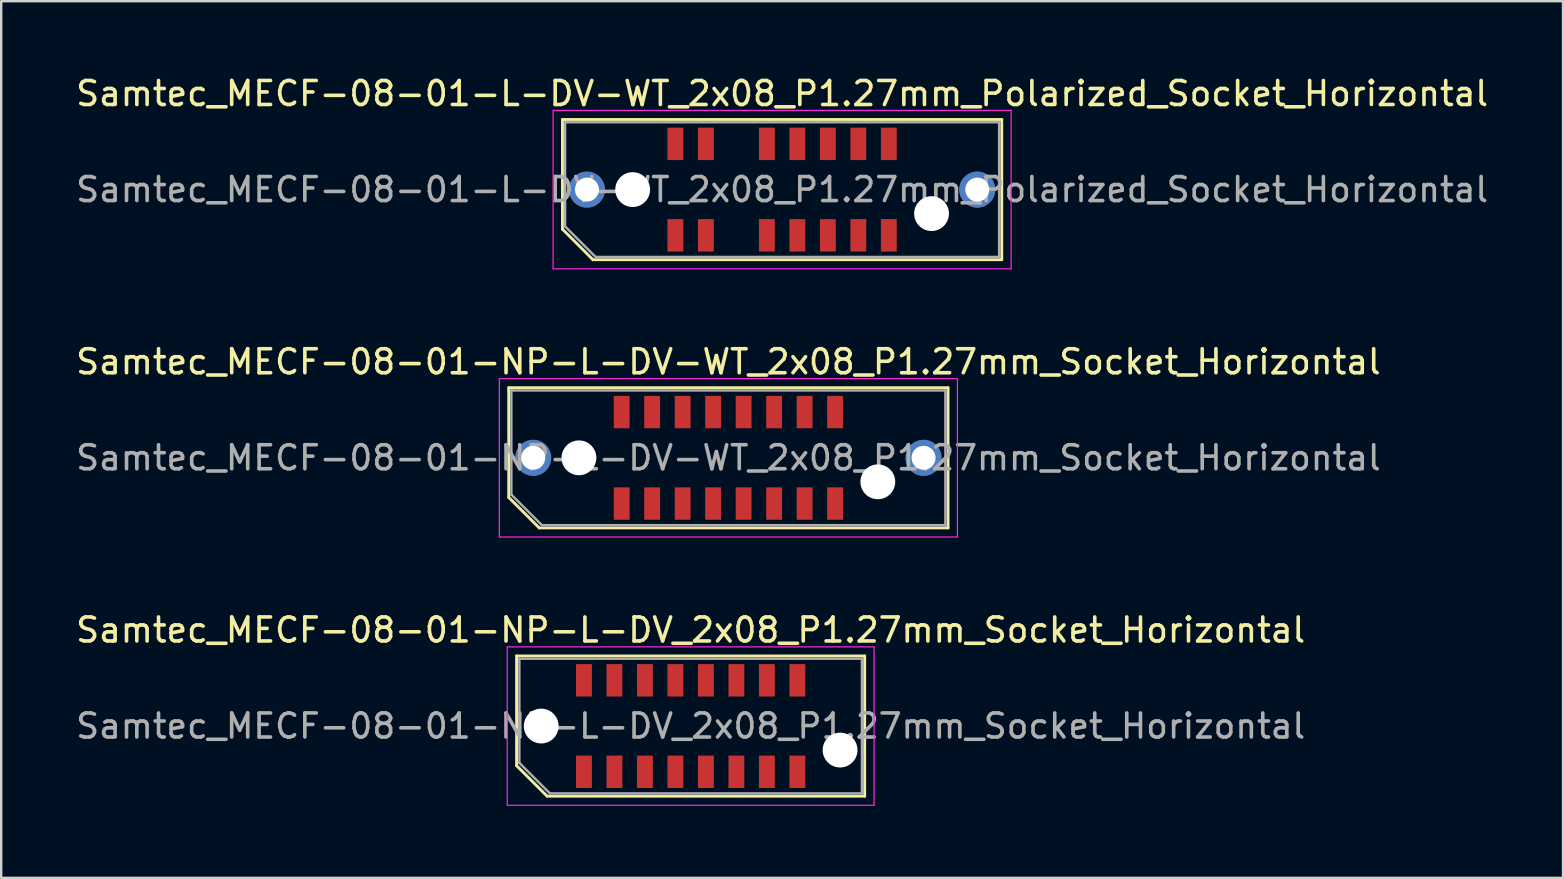
<source format=kicad_pcb>
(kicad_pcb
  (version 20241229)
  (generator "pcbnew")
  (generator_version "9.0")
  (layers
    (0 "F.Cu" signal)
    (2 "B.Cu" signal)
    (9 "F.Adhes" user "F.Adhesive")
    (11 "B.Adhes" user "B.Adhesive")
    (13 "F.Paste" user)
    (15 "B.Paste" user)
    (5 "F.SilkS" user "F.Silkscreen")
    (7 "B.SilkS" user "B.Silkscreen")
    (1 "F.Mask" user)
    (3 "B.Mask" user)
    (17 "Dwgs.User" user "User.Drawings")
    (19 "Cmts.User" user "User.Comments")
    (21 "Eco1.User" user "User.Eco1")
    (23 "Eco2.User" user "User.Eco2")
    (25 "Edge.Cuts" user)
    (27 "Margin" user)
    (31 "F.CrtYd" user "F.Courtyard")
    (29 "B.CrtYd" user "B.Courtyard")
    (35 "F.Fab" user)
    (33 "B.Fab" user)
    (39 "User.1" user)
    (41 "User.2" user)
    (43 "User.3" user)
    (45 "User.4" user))
  (footprint "Samtec_MECF-08-01-NP-L-DV_2x08_P1.27mm_Socket_Horizontal"
    (layer "F.Cu")
    (at 25.72 27.195)
    (property "Reference" "Samtec_MECF-08-01-NP-L-DV_2x08_P1.27mm_Socket_Horizontal" (at 0 -4 0) (layer "F.SilkS") (effects (font (size 1 1) (thickness 0.15))))
    (attr smd)
    (fp_line (start -7.25 -2.92) (end 7.25 -2.92) (stroke (width 0.12) (type solid)) (layer "F.SilkS"))
    (fp_line (start -7.25 1.65) (end -7.25 -2.92) (stroke (width 0.12) (type solid)) (layer "F.SilkS"))
    (fp_line (start -5.98 2.92) (end -7.25 1.65) (stroke (width 0.12) (type solid)) (layer "F.SilkS"))
    (fp_line (start -5.98 2.92) (end 7.25 2.92) (stroke (width 0.12) (type solid)) (layer "F.SilkS"))
    (fp_line (start 7.25 2.92) (end 7.25 -2.92) (stroke (width 0.12) (type solid)) (layer "F.SilkS"))
    (fp_line (start -7.64 -3.3) (end -7.64 3.3) (stroke (width 0.05) (type solid)) (layer "F.CrtYd"))
    (fp_line (start -7.64 3.3) (end 7.64 3.3) (stroke (width 0.05) (type solid)) (layer "F.CrtYd"))
    (fp_line (start 7.64 -3.3) (end -7.64 -3.3) (stroke (width 0.05) (type solid)) (layer "F.CrtYd"))
    (fp_line (start 7.64 3.3) (end 7.64 -3.3) (stroke (width 0.05) (type solid)) (layer "F.CrtYd"))
    (fp_line (start -7.135 -2.805) (end 7.135 -2.805) (stroke (width 0.1) (type solid)) (layer "F.Fab"))
    (fp_line (start -7.135 1.535) (end -7.135 -2.805) (stroke (width 0.1) (type solid)) (layer "F.Fab"))
    (fp_line (start -7.135 1.535) (end -5.865 2.805) (stroke (width 0.1) (type solid)) (layer "F.Fab"))
    (fp_line (start -5.865 2.805) (end 7.135 2.805) (stroke (width 0.1) (type solid)) (layer "F.Fab"))
    (fp_line (start 7.135 2.805) (end 7.135 -2.805) (stroke (width 0.1) (type solid)) (layer "F.Fab"))
    (fp_text user "${REFERENCE}" (at 0 0 0) (layer "F.Fab") (effects (font (size 1 1) (thickness 0.15))))
    (pad "" np_thru_hole circle (at -6.225 0) (size 1.45 1.45) (drill 1.45) (layers "*.Cu" "*.Mask"))
    (pad "" np_thru_hole circle (at 6.225 1) (size 1.45 1.45) (drill 1.45) (layers "*.Cu" "*.Mask"))
    (pad "1" smd rect (at -4.445 1.905) (size 0.66 1.35) (layers "F.Cu" "F.Mask" "F.Paste"))
    (pad "2" smd rect (at -4.445 -1.905) (size 0.66 1.35) (layers "F.Cu" "F.Mask" "F.Paste"))
    (pad "3" smd rect (at -3.175 1.905) (size 0.66 1.35) (layers "F.Cu" "F.Mask" "F.Paste"))
    (pad "4" smd rect (at -3.175 -1.905) (size 0.66 1.35) (layers "F.Cu" "F.Mask" "F.Paste"))
    (pad "5" smd rect (at -1.905 1.905) (size 0.66 1.35) (layers "F.Cu" "F.Mask" "F.Paste"))
    (pad "6" smd rect (at -1.905 -1.905) (size 0.66 1.35) (layers "F.Cu" "F.Mask" "F.Paste"))
    (pad "7" smd rect (at -0.635 1.905) (size 0.66 1.35) (layers "F.Cu" "F.Mask" "F.Paste"))
    (pad "8" smd rect (at -0.635 -1.905) (size 0.66 1.35) (layers "F.Cu" "F.Mask" "F.Paste"))
    (pad "9" smd rect (at 0.635 1.905) (size 0.66 1.35) (layers "F.Cu" "F.Mask" "F.Paste"))
    (pad "10" smd rect (at 0.635 -1.905) (size 0.66 1.35) (layers "F.Cu" "F.Mask" "F.Paste"))
    (pad "11" smd rect (at 1.905 1.905) (size 0.66 1.35) (layers "F.Cu" "F.Mask" "F.Paste"))
    (pad "12" smd rect (at 1.905 -1.905) (size 0.66 1.35) (layers "F.Cu" "F.Mask" "F.Paste"))
    (pad "13" smd rect (at 3.175 1.905) (size 0.66 1.35) (layers "F.Cu" "F.Mask" "F.Paste"))
    (pad "14" smd rect (at 3.175 -1.905) (size 0.66 1.35) (layers "F.Cu" "F.Mask" "F.Paste"))
    (pad "15" smd rect (at 4.445 1.905) (size 0.66 1.35) (layers "F.Cu" "F.Mask" "F.Paste"))
    (pad "16" smd rect (at 4.445 -1.905) (size 0.66 1.35) (layers "F.Cu" "F.Mask" "F.Paste")))
  (footprint "Samtec_MECF-08-01-NP-L-DV-WT_2x08_P1.27mm_Socket_Horizontal"
    (layer "F.Cu")
    (at 27.292 16.021)
    (property "Reference" "Samtec_MECF-08-01-NP-L-DV-WT_2x08_P1.27mm_Socket_Horizontal" (at 0 -4 0) (layer "F.SilkS") (effects (font (size 1 1) (thickness 0.15))))
    (attr smd)
    (fp_line (start -9.15 -2.92) (end 9.15 -2.92) (stroke (width 0.12) (type solid)) (layer "F.SilkS"))
    (fp_line (start -9.15 1.65) (end -9.15 -2.92) (stroke (width 0.12) (type solid)) (layer "F.SilkS"))
    (fp_line (start -7.88 2.92) (end -9.15 1.65) (stroke (width 0.12) (type solid)) (layer "F.SilkS"))
    (fp_line (start -7.88 2.92) (end 9.15 2.92) (stroke (width 0.12) (type solid)) (layer "F.SilkS"))
    (fp_line (start 9.15 2.92) (end 9.15 -2.92) (stroke (width 0.12) (type solid)) (layer "F.SilkS"))
    (fp_line (start -9.54 -3.3) (end -9.54 3.3) (stroke (width 0.05) (type solid)) (layer "F.CrtYd"))
    (fp_line (start -9.54 3.3) (end 9.54 3.3) (stroke (width 0.05) (type solid)) (layer "F.CrtYd"))
    (fp_line (start 9.54 -3.3) (end -9.54 -3.3) (stroke (width 0.05) (type solid)) (layer "F.CrtYd"))
    (fp_line (start 9.54 3.3) (end 9.54 -3.3) (stroke (width 0.05) (type solid)) (layer "F.CrtYd"))
    (fp_line (start -9.04 -2.805) (end 9.04 -2.805) (stroke (width 0.1) (type solid)) (layer "F.Fab"))
    (fp_line (start -9.04 1.535) (end -9.04 -2.805) (stroke (width 0.1) (type solid)) (layer "F.Fab"))
    (fp_line (start -9.04 1.535) (end -7.77 2.805) (stroke (width 0.1) (type solid)) (layer "F.Fab"))
    (fp_line (start -7.77 2.805) (end 9.04 2.805) (stroke (width 0.1) (type solid)) (layer "F.Fab"))
    (fp_line (start 9.04 2.805) (end 9.04 -2.805) (stroke (width 0.1) (type solid)) (layer "F.Fab"))
    (fp_text user "${REFERENCE}" (at 0 0 0) (layer "F.Fab") (effects (font (size 1 1) (thickness 0.15))))
    (pad "" thru_hole circle (at -8.13 0) (size 1.5 1.5) (drill 1) (layers "*.Cu" "*.Mask"))
    (pad "" np_thru_hole circle (at -6.225 0) (size 1.45 1.45) (drill 1.45) (layers "*.Cu" "*.Mask"))
    (pad "" np_thru_hole circle (at 6.225 1) (size 1.45 1.45) (drill 1.45) (layers "*.Cu" "*.Mask"))
    (pad "" thru_hole circle (at 8.13 0) (size 1.5 1.5) (drill 1) (layers "*.Cu" "*.Mask"))
    (pad "1" smd rect (at -4.445 1.905) (size 0.66 1.35) (layers "F.Cu" "F.Mask" "F.Paste"))
    (pad "2" smd rect (at -4.445 -1.905) (size 0.66 1.35) (layers "F.Cu" "F.Mask" "F.Paste"))
    (pad "3" smd rect (at -3.175 1.905) (size 0.66 1.35) (layers "F.Cu" "F.Mask" "F.Paste"))
    (pad "4" smd rect (at -3.175 -1.905) (size 0.66 1.35) (layers "F.Cu" "F.Mask" "F.Paste"))
    (pad "5" smd rect (at -1.905 1.905) (size 0.66 1.35) (layers "F.Cu" "F.Mask" "F.Paste"))
    (pad "6" smd rect (at -1.905 -1.905) (size 0.66 1.35) (layers "F.Cu" "F.Mask" "F.Paste"))
    (pad "7" smd rect (at -0.635 1.905) (size 0.66 1.35) (layers "F.Cu" "F.Mask" "F.Paste"))
    (pad "8" smd rect (at -0.635 -1.905) (size 0.66 1.35) (layers "F.Cu" "F.Mask" "F.Paste"))
    (pad "9" smd rect (at 0.635 1.905) (size 0.66 1.35) (layers "F.Cu" "F.Mask" "F.Paste"))
    (pad "10" smd rect (at 0.635 -1.905) (size 0.66 1.35) (layers "F.Cu" "F.Mask" "F.Paste"))
    (pad "11" smd rect (at 1.905 1.905) (size 0.66 1.35) (layers "F.Cu" "F.Mask" "F.Paste"))
    (pad "12" smd rect (at 1.905 -1.905) (size 0.66 1.35) (layers "F.Cu" "F.Mask" "F.Paste"))
    (pad "13" smd rect (at 3.175 1.905) (size 0.66 1.35) (layers "F.Cu" "F.Mask" "F.Paste"))
    (pad "14" smd rect (at 3.175 -1.905) (size 0.66 1.35) (layers "F.Cu" "F.Mask" "F.Paste"))
    (pad "15" smd rect (at 4.445 1.905) (size 0.66 1.35) (layers "F.Cu" "F.Mask" "F.Paste"))
    (pad "16" smd rect (at 4.445 -1.905) (size 0.66 1.35) (layers "F.Cu" "F.Mask" "F.Paste")))
  (footprint "Samtec_MECF-08-01-L-DV-WT_2x08_P1.27mm_Polarized_Socket_Horizontal"
    (layer "F.Cu")
    (at 29.53 4.848)
    (property "Reference" "Samtec_MECF-08-01-L-DV-WT_2x08_P1.27mm_Polarized_Socket_Horizontal" (at 0 -4 0) (layer "F.SilkS") (effects (font (size 1 1) (thickness 0.15))))
    (attr smd)
    (fp_line (start -9.15 -2.92) (end 9.15 -2.92) (stroke (width 0.12) (type solid)) (layer "F.SilkS"))
    (fp_line (start -9.15 1.65) (end -9.15 -2.92) (stroke (width 0.12) (type solid)) (layer "F.SilkS"))
    (fp_line (start -7.88 2.92) (end -9.15 1.65) (stroke (width 0.12) (type solid)) (layer "F.SilkS"))
    (fp_line (start -7.88 2.92) (end 9.15 2.92) (stroke (width 0.12) (type solid)) (layer "F.SilkS"))
    (fp_line (start 9.15 2.92) (end 9.15 -2.92) (stroke (width 0.12) (type solid)) (layer "F.SilkS"))
    (fp_line (start -9.54 -3.3) (end -9.54 3.3) (stroke (width 0.05) (type solid)) (layer "F.CrtYd"))
    (fp_line (start -9.54 3.3) (end 9.54 3.3) (stroke (width 0.05) (type solid)) (layer "F.CrtYd"))
    (fp_line (start 9.54 -3.3) (end -9.54 -3.3) (stroke (width 0.05) (type solid)) (layer "F.CrtYd"))
    (fp_line (start 9.54 3.3) (end 9.54 -3.3) (stroke (width 0.05) (type solid)) (layer "F.CrtYd"))
    (fp_line (start -9.04 -2.805) (end 9.04 -2.805) (stroke (width 0.1) (type solid)) (layer "F.Fab"))
    (fp_line (start -9.04 1.535) (end -9.04 -2.805) (stroke (width 0.1) (type solid)) (layer "F.Fab"))
    (fp_line (start -9.04 1.535) (end -7.77 2.805) (stroke (width 0.1) (type solid)) (layer "F.Fab"))
    (fp_line (start -7.77 2.805) (end 9.04 2.805) (stroke (width 0.1) (type solid)) (layer "F.Fab"))
    (fp_line (start 9.04 2.805) (end 9.04 -2.805) (stroke (width 0.1) (type solid)) (layer "F.Fab"))
    (fp_text user "${REFERENCE}" (at 0 0 0) (layer "F.Fab") (effects (font (size 1 1) (thickness 0.15))))
    (pad "" thru_hole circle (at -8.13 0) (size 1.5 1.5) (drill 1) (layers "*.Cu" "*.Mask"))
    (pad "" np_thru_hole circle (at -6.225 0) (size 1.45 1.45) (drill 1.45) (layers "*.Cu" "*.Mask"))
    (pad "" np_thru_hole circle (at 6.225 1) (size 1.45 1.45) (drill 1.45) (layers "*.Cu" "*.Mask"))
    (pad "" thru_hole circle (at 8.13 0) (size 1.5 1.5) (drill 1) (layers "*.Cu" "*.Mask"))
    (pad "1" smd rect (at -4.445 1.905) (size 0.66 1.35) (layers "F.Cu" "F.Mask" "F.Paste"))
    (pad "2" smd rect (at -4.445 -1.905) (size 0.66 1.35) (layers "F.Cu" "F.Mask" "F.Paste"))
    (pad "3" smd rect (at -3.175 1.905) (size 0.66 1.35) (layers "F.Cu" "F.Mask" "F.Paste"))
    (pad "4" smd rect (at -3.175 -1.905) (size 0.66 1.35) (layers "F.Cu" "F.Mask" "F.Paste"))
    (pad "7" smd rect (at -0.635 1.905) (size 0.66 1.35) (layers "F.Cu" "F.Mask" "F.Paste"))
    (pad "8" smd rect (at -0.635 -1.905) (size 0.66 1.35) (layers "F.Cu" "F.Mask" "F.Paste"))
    (pad "9" smd rect (at 0.635 1.905) (size 0.66 1.35) (layers "F.Cu" "F.Mask" "F.Paste"))
    (pad "10" smd rect (at 0.635 -1.905) (size 0.66 1.35) (layers "F.Cu" "F.Mask" "F.Paste"))
    (pad "11" smd rect (at 1.905 1.905) (size 0.66 1.35) (layers "F.Cu" "F.Mask" "F.Paste"))
    (pad "12" smd rect (at 1.905 -1.905) (size 0.66 1.35) (layers "F.Cu" "F.Mask" "F.Paste"))
    (pad "13" smd rect (at 3.175 1.905) (size 0.66 1.35) (layers "F.Cu" "F.Mask" "F.Paste"))
    (pad "14" smd rect (at 3.175 -1.905) (size 0.66 1.35) (layers "F.Cu" "F.Mask" "F.Paste"))
    (pad "15" smd rect (at 4.445 1.905) (size 0.66 1.35) (layers "F.Cu" "F.Mask" "F.Paste"))
    (pad "16" smd rect (at 4.445 -1.905) (size 0.66 1.35) (layers "F.Cu" "F.Mask" "F.Paste")))
  (gr_rect
    (start -3 -3)
    (end 62.06 33.52)
    (stroke (width 0.1) (type default))
    (fill no)
    (layer "Edge.Cuts")))
</source>
